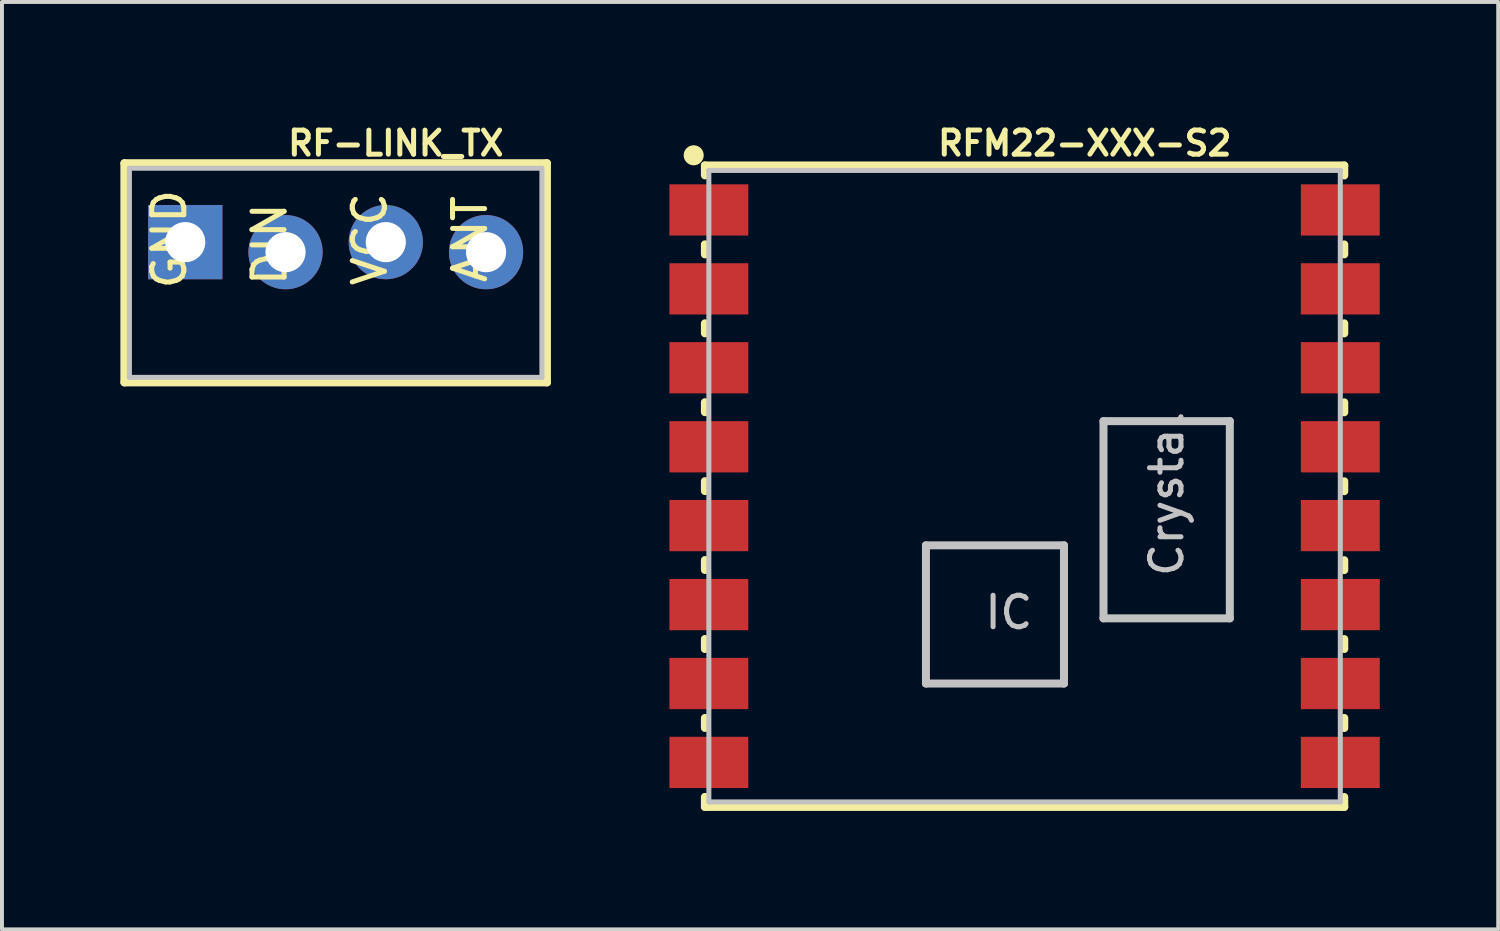
<source format=kicad_pcb>
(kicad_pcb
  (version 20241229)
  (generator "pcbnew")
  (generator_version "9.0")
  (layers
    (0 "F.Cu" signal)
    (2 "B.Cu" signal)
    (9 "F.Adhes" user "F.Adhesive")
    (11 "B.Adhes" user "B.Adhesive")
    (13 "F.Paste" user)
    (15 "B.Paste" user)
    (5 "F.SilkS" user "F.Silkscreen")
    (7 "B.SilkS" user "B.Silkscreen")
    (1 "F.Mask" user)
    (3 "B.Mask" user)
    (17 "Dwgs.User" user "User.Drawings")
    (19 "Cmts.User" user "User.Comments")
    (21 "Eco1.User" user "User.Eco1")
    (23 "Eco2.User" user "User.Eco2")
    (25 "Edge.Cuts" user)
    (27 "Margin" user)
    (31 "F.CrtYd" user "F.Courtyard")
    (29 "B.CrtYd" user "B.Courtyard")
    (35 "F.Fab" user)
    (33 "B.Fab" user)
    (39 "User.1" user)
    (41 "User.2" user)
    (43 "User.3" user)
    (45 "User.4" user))
  (footprint "RF-LINK_TX"
    (layer "F.Cu")
    (at 5.453 3.211)
    (property "Reference" "RF-LINK_TX" (at 1.524 -2.631 0) (layer "F.SilkS") (effects (font (size 0.61 0.61) (thickness 0.127))))
    (attr exclude_from_pos_files exclude_from_bom)
    (fp_line (start -5.352 -2.126) (end -5.352 3.426) (stroke (width 0.203) (type solid)) (layer "F.SilkS"))
    (fp_line (start -5.352 3.426) (end 5.352 3.426) (stroke (width 0.203) (type solid)) (layer "F.SilkS"))
    (fp_line (start 5.352 -2.126) (end -5.352 -2.126) (stroke (width 0.203) (type solid)) (layer "F.SilkS"))
    (fp_line (start 5.352 3.426) (end 5.352 -2.126) (stroke (width 0.203) (type solid)) (layer "F.SilkS"))
    (fp_line (start -5.225 -1.999) (end -5.225 3.299) (stroke (width 0.127) (type solid)) (layer "Dwgs.User"))
    (fp_line (start -5.225 3.299) (end 5.225 3.299) (stroke (width 0.127) (type solid)) (layer "Dwgs.User"))
    (fp_line (start -4.064 -0.254) (end -3.556 -0.254) (stroke (width 0.066) (type solid)) (layer "Dwgs.User"))
    (fp_line (start -4.064 0.254) (end -4.064 -0.254) (stroke (width 0.066) (type solid)) (layer "Dwgs.User"))
    (fp_line (start -4.064 0.254) (end -3.556 0.254) (stroke (width 0.066) (type solid)) (layer "Dwgs.User"))
    (fp_line (start -3.556 0.254) (end -3.556 -0.254) (stroke (width 0.066) (type solid)) (layer "Dwgs.User"))
    (fp_line (start -1.524 -0.254) (end -1.016 -0.254) (stroke (width 0.066) (type solid)) (layer "Dwgs.User"))
    (fp_line (start -1.524 0.254) (end -1.524 -0.254) (stroke (width 0.066) (type solid)) (layer "Dwgs.User"))
    (fp_line (start -1.524 0.254) (end -1.016 0.254) (stroke (width 0.066) (type solid)) (layer "Dwgs.User"))
    (fp_line (start -1.016 0.254) (end -1.016 -0.254) (stroke (width 0.066) (type solid)) (layer "Dwgs.User"))
    (fp_line (start 1.016 -0.254) (end 1.524 -0.254) (stroke (width 0.066) (type solid)) (layer "Dwgs.User"))
    (fp_line (start 1.016 0.254) (end 1.016 -0.254) (stroke (width 0.066) (type solid)) (layer "Dwgs.User"))
    (fp_line (start 1.016 0.254) (end 1.524 0.254) (stroke (width 0.066) (type solid)) (layer "Dwgs.User"))
    (fp_line (start 1.524 0.254) (end 1.524 -0.254) (stroke (width 0.066) (type solid)) (layer "Dwgs.User"))
    (fp_line (start 3.556 -0.254) (end 4.064 -0.254) (stroke (width 0.066) (type solid)) (layer "Dwgs.User"))
    (fp_line (start 3.556 0.254) (end 3.556 -0.254) (stroke (width 0.066) (type solid)) (layer "Dwgs.User"))
    (fp_line (start 3.556 0.254) (end 4.064 0.254) (stroke (width 0.066) (type solid)) (layer "Dwgs.User"))
    (fp_line (start 4.064 0.254) (end 4.064 -0.254) (stroke (width 0.066) (type solid)) (layer "Dwgs.User"))
    (fp_line (start 5.225 -1.999) (end -5.225 -1.999) (stroke (width 0.127) (type solid)) (layer "Dwgs.User"))
    (fp_line (start 5.225 3.299) (end 5.225 -1.999) (stroke (width 0.127) (type solid)) (layer "Dwgs.User"))
    (fp_text user "ANT" (at 3.404 -0.203 90) (layer "F.SilkS") (effects (font (size 0.813 0.813) (thickness 0.127))))
    (fp_text user "DIN" (at -1.676 -0.076 90) (layer "F.SilkS") (effects (font (size 0.813 0.813) (thickness 0.127))))
    (fp_text user "VCC" (at 0.864 -0.203 90) (layer "F.SilkS") (effects (font (size 0.813 0.813) (thickness 0.127))))
    (fp_text user "GND" (at -4.216 -0.203 90) (layer "F.SilkS") (effects (font (size 0.813 0.813) (thickness 0.127))))
    (pad "ANT" thru_hole circle (at 3.81 0.127) (size 1.88 1.88) (drill 1.016) (layers "*.Cu" "*.Paste" "*.Mask"))
    (pad "DATA" thru_hole circle (at -1.27 0.127) (size 1.88 1.88) (drill 1.016) (layers "*.Cu" "*.Paste" "*.Mask"))
    (pad "GND" thru_hole rect (at -3.81 -0.127) (size 1.88 1.88) (drill 1.016) (layers "*.Cu" "*.Paste" "*.Mask"))
    (pad "VCC" thru_hole circle (at 1.27 -0.127) (size 1.88 1.88) (drill 1.016) (layers "*.Cu" "*.Paste" "*.Mask")))
  (footprint "RFM22-XXX-S2"
    (layer "F.Cu")
    (at 22.905 9.266)
    (property "Reference" "RFM22-XXX-S2" (at 1.524 -8.687 0) (layer "F.SilkS") (effects (font (size 0.61 0.61) (thickness 0.127))))
    (attr smd)
    (fp_line (start -8.098 -8.125) (end -8.098 -7.874) (stroke (width 0.203) (type solid)) (layer "F.SilkS"))
    (fp_line (start -8.098 -8.125) (end 8.098 -8.125) (stroke (width 0.203) (type solid)) (layer "F.SilkS"))
    (fp_line (start -8.098 -6.126) (end -8.098 -5.872) (stroke (width 0.203) (type solid)) (layer "F.SilkS"))
    (fp_line (start -8.098 -4.125) (end -8.098 -3.873) (stroke (width 0.203) (type solid)) (layer "F.SilkS"))
    (fp_line (start -8.098 -2.126) (end -8.098 -1.875) (stroke (width 0.203) (type solid)) (layer "F.SilkS"))
    (fp_line (start -8.098 -0.127) (end -8.098 0.124) (stroke (width 0.203) (type solid)) (layer "F.SilkS"))
    (fp_line (start -8.098 1.872) (end -8.098 2.123) (stroke (width 0.203) (type solid)) (layer "F.SilkS"))
    (fp_line (start -8.098 3.871) (end -8.098 4.125) (stroke (width 0.203) (type solid)) (layer "F.SilkS"))
    (fp_line (start -8.098 5.872) (end -8.098 6.124) (stroke (width 0.203) (type solid)) (layer "F.SilkS"))
    (fp_line (start -8.098 7.871) (end -8.098 8.123) (stroke (width 0.203) (type solid)) (layer "F.SilkS"))
    (fp_line (start 8.098 -7.871) (end 8.098 -8.123) (stroke (width 0.203) (type solid)) (layer "F.SilkS"))
    (fp_line (start 8.098 -5.872) (end 8.098 -6.124) (stroke (width 0.203) (type solid)) (layer "F.SilkS"))
    (fp_line (start 8.098 -3.871) (end 8.098 -4.125) (stroke (width 0.203) (type solid)) (layer "F.SilkS"))
    (fp_line (start 8.098 -1.872) (end 8.098 -2.123) (stroke (width 0.203) (type solid)) (layer "F.SilkS"))
    (fp_line (start 8.098 0.127) (end 8.098 -0.124) (stroke (width 0.203) (type solid)) (layer "F.SilkS"))
    (fp_line (start 8.098 2.126) (end 8.098 1.875) (stroke (width 0.203) (type solid)) (layer "F.SilkS"))
    (fp_line (start 8.098 4.125) (end 8.098 3.873) (stroke (width 0.203) (type solid)) (layer "F.SilkS"))
    (fp_line (start 8.098 6.126) (end 8.098 5.872) (stroke (width 0.203) (type solid)) (layer "F.SilkS"))
    (fp_line (start 8.098 8.125) (end -8.098 8.125) (stroke (width 0.203) (type solid)) (layer "F.SilkS"))
    (fp_line (start 8.098 8.125) (end 8.098 7.874) (stroke (width 0.203) (type solid)) (layer "F.SilkS"))
    (fp_circle (center -8.382 -8.382) (end -8.382 -8.636) (stroke (width 0) (type solid)) (fill yes) (layer "F.SilkS"))
    (fp_line (start -7.998 -7.998) (end -7.998 7.998) (stroke (width 0.127) (type solid)) (layer "Dwgs.User"))
    (fp_line (start -7.998 -7.998) (end 7.998 -7.998) (stroke (width 0.127) (type solid)) (layer "Dwgs.User"))
    (fp_line (start -2.499 1.499) (end 0.998 1.499) (stroke (width 0.203) (type solid)) (layer "Dwgs.User"))
    (fp_line (start -2.499 4.999) (end -2.499 1.499) (stroke (width 0.203) (type solid)) (layer "Dwgs.User"))
    (fp_line (start 0.998 1.499) (end 0.998 4.999) (stroke (width 0.203) (type solid)) (layer "Dwgs.User"))
    (fp_line (start 0.998 4.999) (end -2.499 4.999) (stroke (width 0.203) (type solid)) (layer "Dwgs.User"))
    (fp_line (start 1.999 -1.648) (end 1.999 3.348) (stroke (width 0.203) (type solid)) (layer "Dwgs.User"))
    (fp_line (start 1.999 -1.648) (end 5.199 -1.648) (stroke (width 0.203) (type solid)) (layer "Dwgs.User"))
    (fp_line (start 1.999 3.348) (end 5.199 3.348) (stroke (width 0.203) (type solid)) (layer "Dwgs.User"))
    (fp_line (start 5.199 -1.648) (end 5.199 3.348) (stroke (width 0.203) (type solid)) (layer "Dwgs.User"))
    (fp_line (start 7.998 7.998) (end -7.998 7.998) (stroke (width 0.127) (type solid)) (layer "Dwgs.User"))
    (fp_line (start 7.998 7.998) (end 7.998 -7.998) (stroke (width 0.127) (type solid)) (layer "Dwgs.User"))
    (fp_text user "IC" (at -0.399 3.198 0) (layer "Dwgs.User") (effects (font (size 0.798 0.798) (thickness 0.127))))
    (fp_text user "Crystal" (at 3.599 0.198 90) (layer "Dwgs.User") (effects (font (size 0.798 0.798) (thickness 0.127))))
    (pad "1" smd rect (at -7.998 -6.998 90) (size 1.298 1.999) (layers "F.Cu" "F.Mask" "F.Paste"))
    (pad "2" smd rect (at -7.998 -4.999 90) (size 1.298 1.999) (layers "F.Cu" "F.Mask" "F.Paste"))
    (pad "3" smd rect (at -7.998 -3 90) (size 1.298 1.999) (layers "F.Cu" "F.Mask" "F.Paste"))
    (pad "4" smd rect (at -7.998 -0.998 90) (size 1.298 1.999) (layers "F.Cu" "F.Mask" "F.Paste"))
    (pad "5" smd rect (at -7.998 0.998 90) (size 1.298 1.999) (layers "F.Cu" "F.Mask" "F.Paste"))
    (pad "6" smd rect (at -7.998 3 90) (size 1.298 1.999) (layers "F.Cu" "F.Mask" "F.Paste"))
    (pad "7" smd rect (at -7.998 4.999 90) (size 1.298 1.999) (layers "F.Cu" "F.Mask" "F.Paste"))
    (pad "8" smd rect (at -7.998 6.998 90) (size 1.298 1.999) (layers "F.Cu" "F.Mask" "F.Paste"))
    (pad "9" smd rect (at 7.998 6.998 90) (size 1.298 1.999) (layers "F.Cu" "F.Mask" "F.Paste"))
    (pad "10" smd rect (at 7.998 4.999 90) (size 1.298 1.999) (layers "F.Cu" "F.Mask" "F.Paste"))
    (pad "11" smd rect (at 7.998 3 90) (size 1.298 1.999) (layers "F.Cu" "F.Mask" "F.Paste"))
    (pad "12" smd rect (at 7.998 0.998 90) (size 1.298 1.999) (layers "F.Cu" "F.Mask" "F.Paste"))
    (pad "13" smd rect (at 7.998 -0.998 90) (size 1.298 1.999) (layers "F.Cu" "F.Mask" "F.Paste"))
    (pad "14" smd rect (at 7.998 -3 90) (size 1.298 1.999) (layers "F.Cu" "F.Mask" "F.Paste"))
    (pad "15" smd rect (at 7.998 -4.999 90) (size 1.298 1.999) (layers "F.Cu" "F.Mask" "F.Paste"))
    (pad "16" smd rect (at 7.998 -6.998 90) (size 1.298 1.999) (layers "F.Cu" "F.Mask" "F.Paste")))
  (gr_rect
    (start -3 -3)
    (end 34.903 20.493)
    (stroke (width 0.1) (type default))
    (fill no)
    (layer "Edge.Cuts")))
</source>
